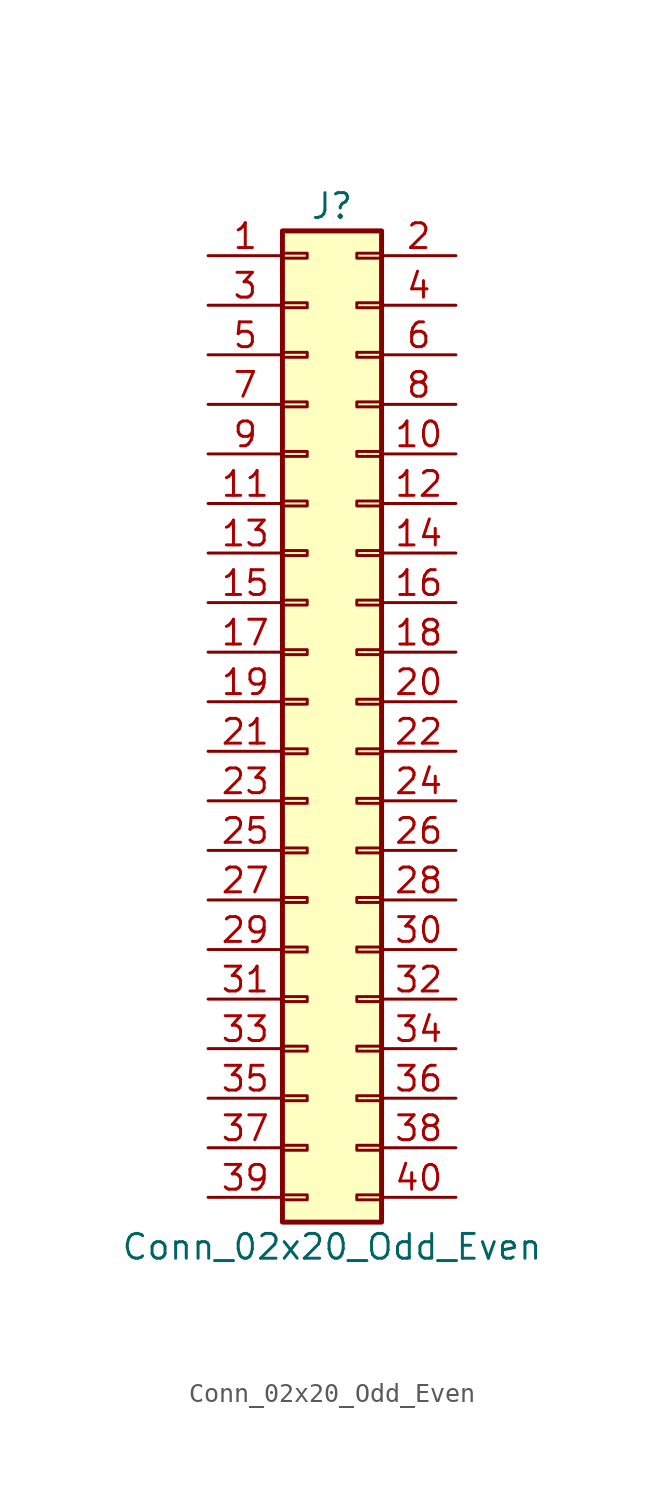
<source format=kicad_sym>
(kicad_symbol_lib
  (version 20211014)
  (generator kicad_symbol_editor)
  (symbol "Conn_02x20_Odd_Even"
    (pin_names
      (offset 1.016) hide)
    (property "Reference" "J"
      (at 1.27 25.4 0)
      (effects (font (size 1.27 1.27))))
    (property "Value" "Conn_02x20_Odd_Even"
      (at 1.27 -27.94 0)
      (effects (font (size 1.27 1.27))))
    (symbol "Conn_02x20_Odd_Even_1_1"
      (rectangle (start -1.27 -25.273) (end 0 -25.527) (stroke (width 0.152) (type default) (color 0 0 0 0)) (fill (type none)))
      (rectangle (start -1.27 -22.733) (end 0 -22.987) (stroke (width 0.152) (type default) (color 0 0 0 0)) (fill (type none)))
      (rectangle (start -1.27 -20.193) (end 0 -20.447) (stroke (width 0.152) (type default) (color 0 0 0 0)) (fill (type none)))
      (rectangle (start -1.27 -17.653) (end 0 -17.907) (stroke (width 0.152) (type default) (color 0 0 0 0)) (fill (type none)))
      (rectangle (start -1.27 -15.113) (end 0 -15.367) (stroke (width 0.152) (type default) (color 0 0 0 0)) (fill (type none)))
      (rectangle (start -1.27 -12.573) (end 0 -12.827) (stroke (width 0.152) (type default) (color 0 0 0 0)) (fill (type none)))
      (rectangle (start -1.27 -10.033) (end 0 -10.287) (stroke (width 0.152) (type default) (color 0 0 0 0)) (fill (type none)))
      (rectangle (start -1.27 -7.493) (end 0 -7.747) (stroke (width 0.152) (type default) (color 0 0 0 0)) (fill (type none)))
      (rectangle (start -1.27 -4.953) (end 0 -5.207) (stroke (width 0.152) (type default) (color 0 0 0 0)) (fill (type none)))
      (rectangle (start -1.27 -2.413) (end 0 -2.667) (stroke (width 0.152) (type default) (color 0 0 0 0)) (fill (type none)))
      (rectangle (start -1.27 0.127) (end 0 -0.127) (stroke (width 0.152) (type default) (color 0 0 0 0)) (fill (type none)))
      (rectangle (start -1.27 2.667) (end 0 2.413) (stroke (width 0.152) (type default) (color 0 0 0 0)) (fill (type none)))
      (rectangle (start -1.27 5.207) (end 0 4.953) (stroke (width 0.152) (type default) (color 0 0 0 0)) (fill (type none)))
      (rectangle (start -1.27 7.747) (end 0 7.493) (stroke (width 0.152) (type default) (color 0 0 0 0)) (fill (type none)))
      (rectangle (start -1.27 10.287) (end 0 10.033) (stroke (width 0.152) (type default) (color 0 0 0 0)) (fill (type none)))
      (rectangle (start -1.27 12.827) (end 0 12.573) (stroke (width 0.152) (type default) (color 0 0 0 0)) (fill (type none)))
      (rectangle (start -1.27 15.367) (end 0 15.113) (stroke (width 0.152) (type default) (color 0 0 0 0)) (fill (type none)))
      (rectangle (start -1.27 17.907) (end 0 17.653) (stroke (width 0.152) (type default) (color 0 0 0 0)) (fill (type none)))
      (rectangle (start -1.27 20.447) (end 0 20.193) (stroke (width 0.152) (type default) (color 0 0 0 0)) (fill (type none)))
      (rectangle (start -1.27 22.987) (end 0 22.733) (stroke (width 0.152) (type default) (color 0 0 0 0)) (fill (type none)))
      (rectangle (start -1.27 24.13) (end 3.81 -26.67) (stroke (width 0.254) (type default) (color 0 0 0 0)) (fill (type background)))
      (rectangle (start 3.81 -25.273) (end 2.54 -25.527) (stroke (width 0.152) (type default) (color 0 0 0 0)) (fill (type none)))
      (rectangle (start 3.81 -22.733) (end 2.54 -22.987) (stroke (width 0.152) (type default) (color 0 0 0 0)) (fill (type none)))
      (rectangle (start 3.81 -20.193) (end 2.54 -20.447) (stroke (width 0.152) (type default) (color 0 0 0 0)) (fill (type none)))
      (rectangle (start 3.81 -17.653) (end 2.54 -17.907) (stroke (width 0.152) (type default) (color 0 0 0 0)) (fill (type none)))
      (rectangle (start 3.81 -15.113) (end 2.54 -15.367) (stroke (width 0.152) (type default) (color 0 0 0 0)) (fill (type none)))
      (rectangle (start 3.81 -12.573) (end 2.54 -12.827) (stroke (width 0.152) (type default) (color 0 0 0 0)) (fill (type none)))
      (rectangle (start 3.81 -10.033) (end 2.54 -10.287) (stroke (width 0.152) (type default) (color 0 0 0 0)) (fill (type none)))
      (rectangle (start 3.81 -7.493) (end 2.54 -7.747) (stroke (width 0.152) (type default) (color 0 0 0 0)) (fill (type none)))
      (rectangle (start 3.81 -4.953) (end 2.54 -5.207) (stroke (width 0.152) (type default) (color 0 0 0 0)) (fill (type none)))
      (rectangle (start 3.81 -2.413) (end 2.54 -2.667) (stroke (width 0.152) (type default) (color 0 0 0 0)) (fill (type none)))
      (rectangle (start 3.81 0.127) (end 2.54 -0.127) (stroke (width 0.152) (type default) (color 0 0 0 0)) (fill (type none)))
      (rectangle (start 3.81 2.667) (end 2.54 2.413) (stroke (width 0.152) (type default) (color 0 0 0 0)) (fill (type none)))
      (rectangle (start 3.81 5.207) (end 2.54 4.953) (stroke (width 0.152) (type default) (color 0 0 0 0)) (fill (type none)))
      (rectangle (start 3.81 7.747) (end 2.54 7.493) (stroke (width 0.152) (type default) (color 0 0 0 0)) (fill (type none)))
      (rectangle (start 3.81 10.287) (end 2.54 10.033) (stroke (width 0.152) (type default) (color 0 0 0 0)) (fill (type none)))
      (rectangle (start 3.81 12.827) (end 2.54 12.573) (stroke (width 0.152) (type default) (color 0 0 0 0)) (fill (type none)))
      (rectangle (start 3.81 15.367) (end 2.54 15.113) (stroke (width 0.152) (type default) (color 0 0 0 0)) (fill (type none)))
      (rectangle (start 3.81 17.907) (end 2.54 17.653) (stroke (width 0.152) (type default) (color 0 0 0 0)) (fill (type none)))
      (rectangle (start 3.81 20.447) (end 2.54 20.193) (stroke (width 0.152) (type default) (color 0 0 0 0)) (fill (type none)))
      (rectangle (start 3.81 22.987) (end 2.54 22.733) (stroke (width 0.152) (type default) (color 0 0 0 0)) (fill (type none)))
      (pin passive line (at -5.08 22.86 0) (length 3.81) (name "Pin_1" (effects (font (size 1.27 1.27)))) (number "1" (effects (font (size 1.27 1.27)))))
      (pin passive line (at 7.62 12.7 180) (length 3.81) (name "Pin_10" (effects (font (size 1.27 1.27)))) (number "10" (effects (font (size 1.27 1.27)))))
      (pin passive line (at -5.08 10.16 0) (length 3.81) (name "Pin_11" (effects (font (size 1.27 1.27)))) (number "11" (effects (font (size 1.27 1.27)))))
      (pin passive line (at 7.62 10.16 180) (length 3.81) (name "Pin_12" (effects (font (size 1.27 1.27)))) (number "12" (effects (font (size 1.27 1.27)))))
      (pin passive line (at -5.08 7.62 0) (length 3.81) (name "Pin_13" (effects (font (size 1.27 1.27)))) (number "13" (effects (font (size 1.27 1.27)))))
      (pin passive line (at 7.62 7.62 180) (length 3.81) (name "Pin_14" (effects (font (size 1.27 1.27)))) (number "14" (effects (font (size 1.27 1.27)))))
      (pin passive line (at -5.08 5.08 0) (length 3.81) (name "Pin_15" (effects (font (size 1.27 1.27)))) (number "15" (effects (font (size 1.27 1.27)))))
      (pin passive line (at 7.62 5.08 180) (length 3.81) (name "Pin_16" (effects (font (size 1.27 1.27)))) (number "16" (effects (font (size 1.27 1.27)))))
      (pin passive line (at -5.08 2.54 0) (length 3.81) (name "Pin_17" (effects (font (size 1.27 1.27)))) (number "17" (effects (font (size 1.27 1.27)))))
      (pin passive line (at 7.62 2.54 180) (length 3.81) (name "Pin_18" (effects (font (size 1.27 1.27)))) (number "18" (effects (font (size 1.27 1.27)))))
      (pin passive line (at -5.08 0 0) (length 3.81) (name "Pin_19" (effects (font (size 1.27 1.27)))) (number "19" (effects (font (size 1.27 1.27)))))
      (pin passive line (at 7.62 22.86 180) (length 3.81) (name "Pin_2" (effects (font (size 1.27 1.27)))) (number "2" (effects (font (size 1.27 1.27)))))
      (pin passive line (at 7.62 0 180) (length 3.81) (name "Pin_20" (effects (font (size 1.27 1.27)))) (number "20" (effects (font (size 1.27 1.27)))))
      (pin passive line (at -5.08 -2.54 0) (length 3.81) (name "Pin_21" (effects (font (size 1.27 1.27)))) (number "21" (effects (font (size 1.27 1.27)))))
      (pin passive line (at 7.62 -2.54 180) (length 3.81) (name "Pin_22" (effects (font (size 1.27 1.27)))) (number "22" (effects (font (size 1.27 1.27)))))
      (pin passive line (at -5.08 -5.08 0) (length 3.81) (name "Pin_23" (effects (font (size 1.27 1.27)))) (number "23" (effects (font (size 1.27 1.27)))))
      (pin passive line (at 7.62 -5.08 180) (length 3.81) (name "Pin_24" (effects (font (size 1.27 1.27)))) (number "24" (effects (font (size 1.27 1.27)))))
      (pin passive line (at -5.08 -7.62 0) (length 3.81) (name "Pin_25" (effects (font (size 1.27 1.27)))) (number "25" (effects (font (size 1.27 1.27)))))
      (pin passive line (at 7.62 -7.62 180) (length 3.81) (name "Pin_26" (effects (font (size 1.27 1.27)))) (number "26" (effects (font (size 1.27 1.27)))))
      (pin passive line (at -5.08 -10.16 0) (length 3.81) (name "Pin_27" (effects (font (size 1.27 1.27)))) (number "27" (effects (font (size 1.27 1.27)))))
      (pin passive line (at 7.62 -10.16 180) (length 3.81) (name "Pin_28" (effects (font (size 1.27 1.27)))) (number "28" (effects (font (size 1.27 1.27)))))
      (pin passive line (at -5.08 -12.7 0) (length 3.81) (name "Pin_29" (effects (font (size 1.27 1.27)))) (number "29" (effects (font (size 1.27 1.27)))))
      (pin passive line (at -5.08 20.32 0) (length 3.81) (name "Pin_3" (effects (font (size 1.27 1.27)))) (number "3" (effects (font (size 1.27 1.27)))))
      (pin passive line (at 7.62 -12.7 180) (length 3.81) (name "Pin_30" (effects (font (size 1.27 1.27)))) (number "30" (effects (font (size 1.27 1.27)))))
      (pin passive line (at -5.08 -15.24 0) (length 3.81) (name "Pin_31" (effects (font (size 1.27 1.27)))) (number "31" (effects (font (size 1.27 1.27)))))
      (pin passive line (at 7.62 -15.24 180) (length 3.81) (name "Pin_32" (effects (font (size 1.27 1.27)))) (number "32" (effects (font (size 1.27 1.27)))))
      (pin passive line (at -5.08 -17.78 0) (length 3.81) (name "Pin_33" (effects (font (size 1.27 1.27)))) (number "33" (effects (font (size 1.27 1.27)))))
      (pin passive line (at 7.62 -17.78 180) (length 3.81) (name "Pin_34" (effects (font (size 1.27 1.27)))) (number "34" (effects (font (size 1.27 1.27)))))
      (pin passive line (at -5.08 -20.32 0) (length 3.81) (name "Pin_35" (effects (font (size 1.27 1.27)))) (number "35" (effects (font (size 1.27 1.27)))))
      (pin passive line (at 7.62 -20.32 180) (length 3.81) (name "Pin_36" (effects (font (size 1.27 1.27)))) (number "36" (effects (font (size 1.27 1.27)))))
      (pin passive line (at -5.08 -22.86 0) (length 3.81) (name "Pin_37" (effects (font (size 1.27 1.27)))) (number "37" (effects (font (size 1.27 1.27)))))
      (pin passive line (at 7.62 -22.86 180) (length 3.81) (name "Pin_38" (effects (font (size 1.27 1.27)))) (number "38" (effects (font (size 1.27 1.27)))))
      (pin passive line (at -5.08 -25.4 0) (length 3.81) (name "Pin_39" (effects (font (size 1.27 1.27)))) (number "39" (effects (font (size 1.27 1.27)))))
      (pin passive line (at 7.62 20.32 180) (length 3.81) (name "Pin_4" (effects (font (size 1.27 1.27)))) (number "4" (effects (font (size 1.27 1.27)))))
      (pin passive line (at 7.62 -25.4 180) (length 3.81) (name "Pin_40" (effects (font (size 1.27 1.27)))) (number "40" (effects (font (size 1.27 1.27)))))
      (pin passive line (at -5.08 17.78 0) (length 3.81) (name "Pin_5" (effects (font (size 1.27 1.27)))) (number "5" (effects (font (size 1.27 1.27)))))
      (pin passive line (at 7.62 17.78 180) (length 3.81) (name "Pin_6" (effects (font (size 1.27 1.27)))) (number "6" (effects (font (size 1.27 1.27)))))
      (pin passive line (at -5.08 15.24 0) (length 3.81) (name "Pin_7" (effects (font (size 1.27 1.27)))) (number "7" (effects (font (size 1.27 1.27)))))
      (pin passive line (at 7.62 15.24 180) (length 3.81) (name "Pin_8" (effects (font (size 1.27 1.27)))) (number "8" (effects (font (size 1.27 1.27)))))
      (pin passive line (at -5.08 12.7 0) (length 3.81) (name "Pin_9" (effects (font (size 1.27 1.27)))) (number "9" (effects (font (size 1.27 1.27))))))))
</source>
